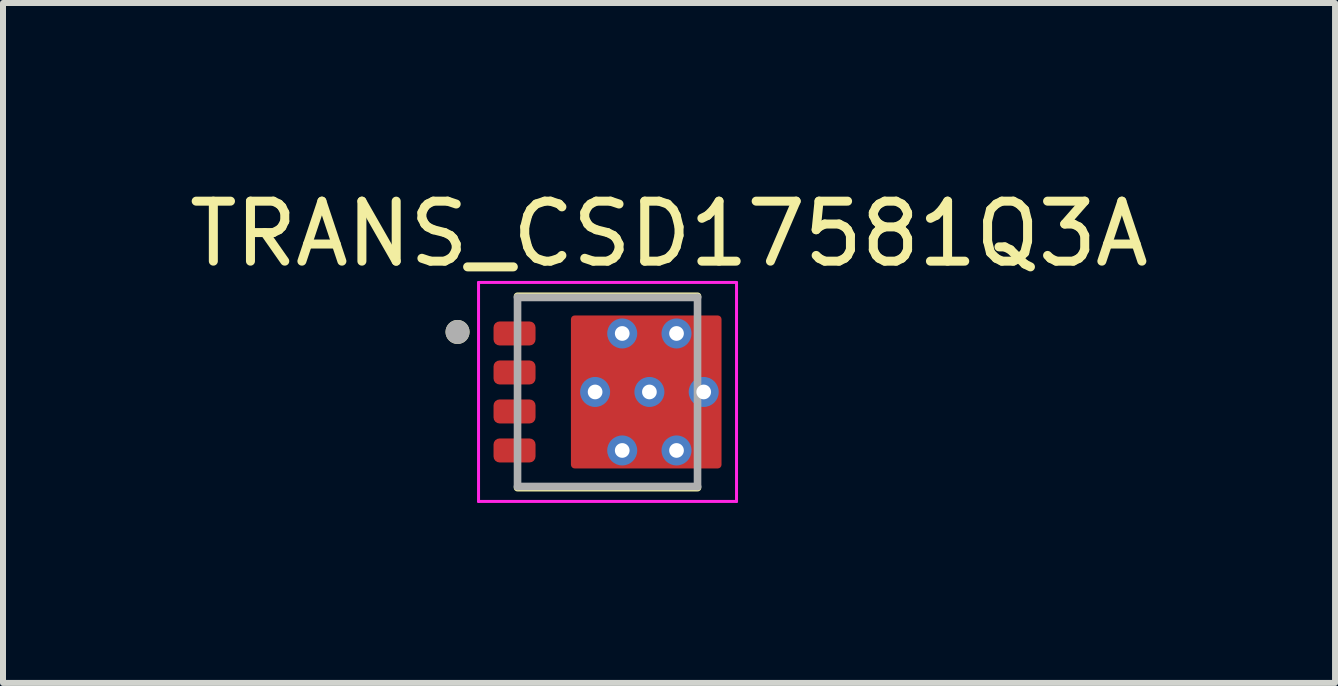
<source format=kicad_pcb>
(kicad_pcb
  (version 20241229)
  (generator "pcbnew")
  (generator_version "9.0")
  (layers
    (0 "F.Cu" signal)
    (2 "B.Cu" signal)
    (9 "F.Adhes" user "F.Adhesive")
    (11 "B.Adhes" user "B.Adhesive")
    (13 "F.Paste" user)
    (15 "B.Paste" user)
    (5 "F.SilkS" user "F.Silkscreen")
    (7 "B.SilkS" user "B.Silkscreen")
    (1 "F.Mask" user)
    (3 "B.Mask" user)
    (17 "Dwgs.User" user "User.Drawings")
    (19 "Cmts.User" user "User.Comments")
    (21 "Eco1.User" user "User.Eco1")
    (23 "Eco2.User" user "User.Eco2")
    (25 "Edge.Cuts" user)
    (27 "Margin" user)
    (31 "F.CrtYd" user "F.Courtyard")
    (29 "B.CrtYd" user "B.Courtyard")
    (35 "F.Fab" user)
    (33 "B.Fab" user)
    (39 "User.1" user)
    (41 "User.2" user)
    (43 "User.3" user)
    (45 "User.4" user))
  (footprint "TRANS_CSD17581Q3A"
    (layer "F.Cu")
    (at 7.076 3.483)
    (property "Reference" "TRANS_CSD17581Q3A" (at 1.025 -2.635 0) (layer "F.SilkS") (effects (font (size 1 1) (thickness 0.15))))
    (attr through_hole)
    (fp_poly (pts (xy -1.8 -1.125) (xy -1.3 -1.125) (xy -1.297 -1.125) (xy -1.295 -1.125) (xy -1.292 -1.124) (xy -1.29 -1.124) (xy -1.287 -1.123) (xy -1.285 -1.123) (xy -1.282 -1.122) (xy -1.28 -1.121) (xy -1.277 -1.12) (xy -1.275 -1.118) (xy -1.273 -1.117) (xy -1.271 -1.115) (xy -1.269 -1.114) (xy -1.267 -1.112) (xy -1.265 -1.11) (xy -1.263 -1.108) (xy -1.261 -1.106) (xy -1.26 -1.104) (xy -1.258 -1.102) (xy -1.257 -1.1) (xy -1.255 -1.098) (xy -1.254 -1.095) (xy -1.253 -1.093) (xy -1.252 -1.09) (xy -1.252 -1.088) (xy -1.251 -1.085) (xy -1.251 -1.083) (xy -1.25 -1.08) (xy -1.25 -1.078) (xy -1.25 -1.075) (xy -1.25 -0.875) (xy -1.25 -0.872) (xy -1.25 -0.87) (xy -1.251 -0.867) (xy -1.251 -0.865) (xy -1.252 -0.862) (xy -1.252 -0.86) (xy -1.253 -0.857) (xy -1.254 -0.855) (xy -1.255 -0.852) (xy -1.257 -0.85) (xy -1.258 -0.848) (xy -1.26 -0.846) (xy -1.261 -0.844) (xy -1.263 -0.842) (xy -1.265 -0.84) (xy -1.267 -0.838) (xy -1.269 -0.836) (xy -1.271 -0.835) (xy -1.273 -0.833) (xy -1.275 -0.832) (xy -1.277 -0.83) (xy -1.28 -0.829) (xy -1.282 -0.828) (xy -1.285 -0.827) (xy -1.287 -0.827) (xy -1.29 -0.826) (xy -1.292 -0.826) (xy -1.295 -0.825) (xy -1.297 -0.825) (xy -1.3 -0.825) (xy -1.8 -0.825) (xy -1.803 -0.825) (xy -1.805 -0.825) (xy -1.808 -0.826) (xy -1.81 -0.826) (xy -1.813 -0.827) (xy -1.815 -0.827) (xy -1.818 -0.828) (xy -1.82 -0.829) (xy -1.823 -0.83) (xy -1.825 -0.832) (xy -1.827 -0.833) (xy -1.829 -0.835) (xy -1.831 -0.836) (xy -1.833 -0.838) (xy -1.835 -0.84) (xy -1.837 -0.842) (xy -1.839 -0.844) (xy -1.84 -0.846) (xy -1.842 -0.848) (xy -1.843 -0.85) (xy -1.845 -0.852) (xy -1.846 -0.855) (xy -1.847 -0.857) (xy -1.848 -0.86) (xy -1.848 -0.862) (xy -1.849 -0.865) (xy -1.849 -0.867) (xy -1.85 -0.87) (xy -1.85 -0.872) (xy -1.85 -0.875) (xy -1.85 -1.075) (xy -1.85 -1.078) (xy -1.85 -1.08) (xy -1.849 -1.083) (xy -1.849 -1.085) (xy -1.848 -1.088) (xy -1.848 -1.09) (xy -1.847 -1.093) (xy -1.846 -1.095) (xy -1.845 -1.098) (xy -1.843 -1.1) (xy -1.842 -1.102) (xy -1.84 -1.104) (xy -1.839 -1.106) (xy -1.837 -1.108) (xy -1.835 -1.11) (xy -1.833 -1.112) (xy -1.831 -1.114) (xy -1.829 -1.115) (xy -1.827 -1.117) (xy -1.825 -1.118) (xy -1.823 -1.12) (xy -1.82 -1.121) (xy -1.818 -1.122) (xy -1.815 -1.123) (xy -1.813 -1.123) (xy -1.81 -1.124) (xy -1.808 -1.124) (xy -1.805 -1.125) (xy -1.803 -1.125) (xy -1.8 -1.125)) (stroke (width 0.01) (type solid)) (fill yes) (layer "F.Mask"))
    (fp_poly (pts (xy -1.8 -0.475) (xy -1.3 -0.475) (xy -1.297 -0.475) (xy -1.295 -0.475) (xy -1.292 -0.474) (xy -1.29 -0.474) (xy -1.287 -0.473) (xy -1.285 -0.473) (xy -1.282 -0.472) (xy -1.28 -0.471) (xy -1.277 -0.47) (xy -1.275 -0.468) (xy -1.273 -0.467) (xy -1.271 -0.465) (xy -1.269 -0.464) (xy -1.267 -0.462) (xy -1.265 -0.46) (xy -1.263 -0.458) (xy -1.261 -0.456) (xy -1.26 -0.454) (xy -1.258 -0.452) (xy -1.257 -0.45) (xy -1.255 -0.448) (xy -1.254 -0.445) (xy -1.253 -0.443) (xy -1.252 -0.44) (xy -1.252 -0.438) (xy -1.251 -0.435) (xy -1.251 -0.433) (xy -1.25 -0.43) (xy -1.25 -0.428) (xy -1.25 -0.425) (xy -1.25 -0.225) (xy -1.25 -0.222) (xy -1.25 -0.22) (xy -1.251 -0.217) (xy -1.251 -0.215) (xy -1.252 -0.212) (xy -1.252 -0.21) (xy -1.253 -0.207) (xy -1.254 -0.205) (xy -1.255 -0.202) (xy -1.257 -0.2) (xy -1.258 -0.198) (xy -1.26 -0.196) (xy -1.261 -0.194) (xy -1.263 -0.192) (xy -1.265 -0.19) (xy -1.267 -0.188) (xy -1.269 -0.186) (xy -1.271 -0.185) (xy -1.273 -0.183) (xy -1.275 -0.182) (xy -1.277 -0.18) (xy -1.28 -0.179) (xy -1.282 -0.178) (xy -1.285 -0.177) (xy -1.287 -0.177) (xy -1.29 -0.176) (xy -1.292 -0.176) (xy -1.295 -0.175) (xy -1.297 -0.175) (xy -1.3 -0.175) (xy -1.8 -0.175) (xy -1.803 -0.175) (xy -1.805 -0.175) (xy -1.808 -0.176) (xy -1.81 -0.176) (xy -1.813 -0.177) (xy -1.815 -0.177) (xy -1.818 -0.178) (xy -1.82 -0.179) (xy -1.823 -0.18) (xy -1.825 -0.182) (xy -1.827 -0.183) (xy -1.829 -0.185) (xy -1.831 -0.186) (xy -1.833 -0.188) (xy -1.835 -0.19) (xy -1.837 -0.192) (xy -1.839 -0.194) (xy -1.84 -0.196) (xy -1.842 -0.198) (xy -1.843 -0.2) (xy -1.845 -0.202) (xy -1.846 -0.205) (xy -1.847 -0.207) (xy -1.848 -0.21) (xy -1.848 -0.212) (xy -1.849 -0.215) (xy -1.849 -0.217) (xy -1.85 -0.22) (xy -1.85 -0.222) (xy -1.85 -0.225) (xy -1.85 -0.425) (xy -1.85 -0.428) (xy -1.85 -0.43) (xy -1.849 -0.433) (xy -1.849 -0.435) (xy -1.848 -0.438) (xy -1.848 -0.44) (xy -1.847 -0.443) (xy -1.846 -0.445) (xy -1.845 -0.448) (xy -1.843 -0.45) (xy -1.842 -0.452) (xy -1.84 -0.454) (xy -1.839 -0.456) (xy -1.837 -0.458) (xy -1.835 -0.46) (xy -1.833 -0.462) (xy -1.831 -0.464) (xy -1.829 -0.465) (xy -1.827 -0.467) (xy -1.825 -0.468) (xy -1.823 -0.47) (xy -1.82 -0.471) (xy -1.818 -0.472) (xy -1.815 -0.473) (xy -1.813 -0.473) (xy -1.81 -0.474) (xy -1.808 -0.474) (xy -1.805 -0.475) (xy -1.803 -0.475) (xy -1.8 -0.475)) (stroke (width 0.01) (type solid)) (fill yes) (layer "F.Mask"))
    (fp_poly (pts (xy -1.8 0.175) (xy -1.3 0.175) (xy -1.297 0.175) (xy -1.295 0.175) (xy -1.292 0.176) (xy -1.29 0.176) (xy -1.287 0.177) (xy -1.285 0.177) (xy -1.282 0.178) (xy -1.28 0.179) (xy -1.277 0.18) (xy -1.275 0.182) (xy -1.273 0.183) (xy -1.271 0.185) (xy -1.269 0.186) (xy -1.267 0.188) (xy -1.265 0.19) (xy -1.263 0.192) (xy -1.261 0.194) (xy -1.26 0.196) (xy -1.258 0.198) (xy -1.257 0.2) (xy -1.255 0.202) (xy -1.254 0.205) (xy -1.253 0.207) (xy -1.252 0.21) (xy -1.252 0.212) (xy -1.251 0.215) (xy -1.251 0.217) (xy -1.25 0.22) (xy -1.25 0.222) (xy -1.25 0.225) (xy -1.25 0.425) (xy -1.25 0.428) (xy -1.25 0.43) (xy -1.251 0.433) (xy -1.251 0.435) (xy -1.252 0.438) (xy -1.252 0.44) (xy -1.253 0.443) (xy -1.254 0.445) (xy -1.255 0.448) (xy -1.257 0.45) (xy -1.258 0.452) (xy -1.26 0.454) (xy -1.261 0.456) (xy -1.263 0.458) (xy -1.265 0.46) (xy -1.267 0.462) (xy -1.269 0.464) (xy -1.271 0.465) (xy -1.273 0.467) (xy -1.275 0.468) (xy -1.277 0.47) (xy -1.28 0.471) (xy -1.282 0.472) (xy -1.285 0.473) (xy -1.287 0.473) (xy -1.29 0.474) (xy -1.292 0.474) (xy -1.295 0.475) (xy -1.297 0.475) (xy -1.3 0.475) (xy -1.8 0.475) (xy -1.803 0.475) (xy -1.805 0.475) (xy -1.808 0.474) (xy -1.81 0.474) (xy -1.813 0.473) (xy -1.815 0.473) (xy -1.818 0.472) (xy -1.82 0.471) (xy -1.823 0.47) (xy -1.825 0.468) (xy -1.827 0.467) (xy -1.829 0.465) (xy -1.831 0.464) (xy -1.833 0.462) (xy -1.835 0.46) (xy -1.837 0.458) (xy -1.839 0.456) (xy -1.84 0.454) (xy -1.842 0.452) (xy -1.843 0.45) (xy -1.845 0.448) (xy -1.846 0.445) (xy -1.847 0.443) (xy -1.848 0.44) (xy -1.848 0.438) (xy -1.849 0.435) (xy -1.849 0.433) (xy -1.85 0.43) (xy -1.85 0.428) (xy -1.85 0.425) (xy -1.85 0.225) (xy -1.85 0.222) (xy -1.85 0.22) (xy -1.849 0.217) (xy -1.849 0.215) (xy -1.848 0.212) (xy -1.848 0.21) (xy -1.847 0.207) (xy -1.846 0.205) (xy -1.845 0.202) (xy -1.843 0.2) (xy -1.842 0.198) (xy -1.84 0.196) (xy -1.839 0.194) (xy -1.837 0.192) (xy -1.835 0.19) (xy -1.833 0.188) (xy -1.831 0.186) (xy -1.829 0.185) (xy -1.827 0.183) (xy -1.825 0.182) (xy -1.823 0.18) (xy -1.82 0.179) (xy -1.818 0.178) (xy -1.815 0.177) (xy -1.813 0.177) (xy -1.81 0.176) (xy -1.808 0.176) (xy -1.805 0.175) (xy -1.803 0.175) (xy -1.8 0.175)) (stroke (width 0.01) (type solid)) (fill yes) (layer "F.Mask"))
    (fp_poly (pts (xy -1.8 0.825) (xy -1.3 0.825) (xy -1.297 0.825) (xy -1.295 0.825) (xy -1.292 0.826) (xy -1.29 0.826) (xy -1.287 0.827) (xy -1.285 0.827) (xy -1.282 0.828) (xy -1.28 0.829) (xy -1.277 0.83) (xy -1.275 0.832) (xy -1.273 0.833) (xy -1.271 0.835) (xy -1.269 0.836) (xy -1.267 0.838) (xy -1.265 0.84) (xy -1.263 0.842) (xy -1.261 0.844) (xy -1.26 0.846) (xy -1.258 0.848) (xy -1.257 0.85) (xy -1.255 0.852) (xy -1.254 0.855) (xy -1.253 0.857) (xy -1.252 0.86) (xy -1.252 0.862) (xy -1.251 0.865) (xy -1.251 0.867) (xy -1.25 0.87) (xy -1.25 0.872) (xy -1.25 0.875) (xy -1.25 1.075) (xy -1.25 1.078) (xy -1.25 1.08) (xy -1.251 1.083) (xy -1.251 1.085) (xy -1.252 1.088) (xy -1.252 1.09) (xy -1.253 1.093) (xy -1.254 1.095) (xy -1.255 1.098) (xy -1.257 1.1) (xy -1.258 1.102) (xy -1.26 1.104) (xy -1.261 1.106) (xy -1.263 1.108) (xy -1.265 1.11) (xy -1.267 1.112) (xy -1.269 1.114) (xy -1.271 1.115) (xy -1.273 1.117) (xy -1.275 1.118) (xy -1.277 1.12) (xy -1.28 1.121) (xy -1.282 1.122) (xy -1.285 1.123) (xy -1.287 1.123) (xy -1.29 1.124) (xy -1.292 1.124) (xy -1.295 1.125) (xy -1.297 1.125) (xy -1.3 1.125) (xy -1.8 1.125) (xy -1.803 1.125) (xy -1.805 1.125) (xy -1.808 1.124) (xy -1.81 1.124) (xy -1.813 1.123) (xy -1.815 1.123) (xy -1.818 1.122) (xy -1.82 1.121) (xy -1.823 1.12) (xy -1.825 1.118) (xy -1.827 1.117) (xy -1.829 1.115) (xy -1.831 1.114) (xy -1.833 1.112) (xy -1.835 1.11) (xy -1.837 1.108) (xy -1.839 1.106) (xy -1.84 1.104) (xy -1.842 1.102) (xy -1.843 1.1) (xy -1.845 1.098) (xy -1.846 1.095) (xy -1.847 1.093) (xy -1.848 1.09) (xy -1.848 1.088) (xy -1.849 1.085) (xy -1.849 1.083) (xy -1.85 1.08) (xy -1.85 1.078) (xy -1.85 1.075) (xy -1.85 0.875) (xy -1.85 0.872) (xy -1.85 0.87) (xy -1.849 0.867) (xy -1.849 0.865) (xy -1.848 0.862) (xy -1.848 0.86) (xy -1.847 0.857) (xy -1.846 0.855) (xy -1.845 0.852) (xy -1.843 0.85) (xy -1.842 0.848) (xy -1.84 0.846) (xy -1.839 0.844) (xy -1.837 0.842) (xy -1.835 0.84) (xy -1.833 0.838) (xy -1.831 0.836) (xy -1.829 0.835) (xy -1.827 0.833) (xy -1.825 0.832) (xy -1.823 0.83) (xy -1.82 0.829) (xy -1.818 0.828) (xy -1.815 0.827) (xy -1.813 0.827) (xy -1.81 0.826) (xy -1.808 0.826) (xy -1.805 0.825) (xy -1.803 0.825) (xy -1.8 0.825)) (stroke (width 0.01) (type solid)) (fill yes) (layer "F.Mask"))
    (fp_poly (pts (xy 1.215 1.125) (xy 1.215 1.175) (xy 1.215 1.178) (xy 1.215 1.18) (xy 1.214 1.183) (xy 1.214 1.185) (xy 1.213 1.188) (xy 1.213 1.19) (xy 1.212 1.193) (xy 1.211 1.195) (xy 1.21 1.198) (xy 1.208 1.2) (xy 1.207 1.202) (xy 1.205 1.204) (xy 1.204 1.206) (xy 1.202 1.208) (xy 1.2 1.21) (xy 1.198 1.212) (xy 1.196 1.214) (xy 1.194 1.215) (xy 1.192 1.217) (xy 1.19 1.218) (xy 1.188 1.22) (xy 1.185 1.221) (xy 1.183 1.222) (xy 1.18 1.223) (xy 1.178 1.223) (xy 1.175 1.224) (xy 1.173 1.224) (xy 1.17 1.225) (xy 1.168 1.225) (xy 1.165 1.225) (xy -0.51 1.225) (xy -0.513 1.225) (xy -0.515 1.225) (xy -0.518 1.224) (xy -0.52 1.224) (xy -0.523 1.223) (xy -0.525 1.223) (xy -0.528 1.222) (xy -0.53 1.221) (xy -0.533 1.22) (xy -0.535 1.218) (xy -0.537 1.217) (xy -0.539 1.215) (xy -0.541 1.214) (xy -0.543 1.212) (xy -0.545 1.21) (xy -0.547 1.208) (xy -0.549 1.206) (xy -0.55 1.204) (xy -0.552 1.202) (xy -0.553 1.2) (xy -0.555 1.198) (xy -0.556 1.195) (xy -0.557 1.193) (xy -0.558 1.19) (xy -0.558 1.188) (xy -0.559 1.185) (xy -0.559 1.183) (xy -0.56 1.18) (xy -0.56 1.178) (xy -0.56 1.175) (xy -0.56 -1.175) (xy -0.56 -1.178) (xy -0.56 -1.18) (xy -0.559 -1.183) (xy -0.559 -1.185) (xy -0.558 -1.188) (xy -0.558 -1.19) (xy -0.557 -1.193) (xy -0.556 -1.195) (xy -0.555 -1.198) (xy -0.553 -1.2) (xy -0.552 -1.202) (xy -0.55 -1.204) (xy -0.549 -1.206) (xy -0.547 -1.208) (xy -0.545 -1.21) (xy -0.543 -1.212) (xy -0.541 -1.214) (xy -0.539 -1.215) (xy -0.537 -1.217) (xy -0.535 -1.218) (xy -0.533 -1.22) (xy -0.53 -1.221) (xy -0.528 -1.222) (xy -0.525 -1.223) (xy -0.523 -1.223) (xy -0.52 -1.224) (xy -0.518 -1.224) (xy -0.515 -1.225) (xy -0.513 -1.225) (xy -0.51 -1.225) (xy 1.165 -1.225) (xy 1.168 -1.225) (xy 1.17 -1.225) (xy 1.173 -1.224) (xy 1.175 -1.224) (xy 1.178 -1.223) (xy 1.18 -1.223) (xy 1.183 -1.222) (xy 1.185 -1.221) (xy 1.188 -1.22) (xy 1.19 -1.218) (xy 1.192 -1.217) (xy 1.194 -1.215) (xy 1.196 -1.214) (xy 1.198 -1.212) (xy 1.2 -1.21) (xy 1.202 -1.208) (xy 1.204 -1.206) (xy 1.205 -1.204) (xy 1.207 -1.202) (xy 1.208 -1.2) (xy 1.21 -1.198) (xy 1.211 -1.195) (xy 1.212 -1.193) (xy 1.213 -1.19) (xy 1.213 -1.188) (xy 1.214 -1.185) (xy 1.214 -1.183) (xy 1.215 -1.18) (xy 1.215 -1.178) (xy 1.215 -1.175) (xy 1.215 -1.125) (xy 1.8 -1.125) (xy 1.803 -1.125) (xy 1.805 -1.125) (xy 1.808 -1.124) (xy 1.81 -1.124) (xy 1.813 -1.123) (xy 1.815 -1.123) (xy 1.818 -1.122) (xy 1.82 -1.121) (xy 1.823 -1.12) (xy 1.825 -1.118) (xy 1.827 -1.117) (xy 1.829 -1.115) (xy 1.831 -1.114) (xy 1.833 -1.112) (xy 1.835 -1.11) (xy 1.837 -1.108) (xy 1.839 -1.106) (xy 1.84 -1.104) (xy 1.842 -1.102) (xy 1.843 -1.1) (xy 1.845 -1.098) (xy 1.846 -1.095) (xy 1.847 -1.093) (xy 1.848 -1.09) (xy 1.848 -1.088) (xy 1.849 -1.085) (xy 1.849 -1.083) (xy 1.85 -1.08) (xy 1.85 -1.078) (xy 1.85 -1.075) (xy 1.85 -0.875) (xy 1.85 -0.872) (xy 1.85 -0.87) (xy 1.849 -0.867) (xy 1.849 -0.865) (xy 1.848 -0.862) (xy 1.848 -0.86) (xy 1.847 -0.857) (xy 1.846 -0.855) (xy 1.845 -0.852) (xy 1.843 -0.85) (xy 1.842 -0.848) (xy 1.84 -0.846) (xy 1.839 -0.844) (xy 1.837 -0.842) (xy 1.835 -0.84) (xy 1.833 -0.838) (xy 1.831 -0.836) (xy 1.829 -0.835) (xy 1.827 -0.833) (xy 1.825 -0.832) (xy 1.823 -0.83) (xy 1.82 -0.829) (xy 1.818 -0.828) (xy 1.815 -0.827) (xy 1.813 -0.827) (xy 1.81 -0.826) (xy 1.808 -0.826) (xy 1.805 -0.825) (xy 1.803 -0.825) (xy 1.8 -0.825) (xy 1.215 -0.825) (xy 1.215 -0.475) (xy 1.8 -0.475) (xy 1.803 -0.475) (xy 1.805 -0.475) (xy 1.808 -0.474) (xy 1.81 -0.474) (xy 1.813 -0.473) (xy 1.815 -0.473) (xy 1.818 -0.472) (xy 1.82 -0.471) (xy 1.823 -0.47) (xy 1.825 -0.468) (xy 1.827 -0.467) (xy 1.829 -0.465) (xy 1.831 -0.464) (xy 1.833 -0.462) (xy 1.835 -0.46) (xy 1.837 -0.458) (xy 1.839 -0.456) (xy 1.84 -0.454) (xy 1.842 -0.452) (xy 1.843 -0.45) (xy 1.845 -0.448) (xy 1.846 -0.445) (xy 1.847 -0.443) (xy 1.848 -0.44) (xy 1.848 -0.438) (xy 1.849 -0.435) (xy 1.849 -0.433) (xy 1.85 -0.43) (xy 1.85 -0.428) (xy 1.85 -0.425) (xy 1.85 -0.225) (xy 1.85 -0.222) (xy 1.85 -0.22) (xy 1.849 -0.217) (xy 1.849 -0.215) (xy 1.848 -0.212) (xy 1.848 -0.21) (xy 1.847 -0.207) (xy 1.846 -0.205) (xy 1.845 -0.202) (xy 1.843 -0.2) (xy 1.842 -0.198) (xy 1.84 -0.196) (xy 1.839 -0.194) (xy 1.837 -0.192) (xy 1.835 -0.19) (xy 1.833 -0.188) (xy 1.831 -0.186) (xy 1.829 -0.185) (xy 1.827 -0.183) (xy 1.825 -0.182) (xy 1.823 -0.18) (xy 1.82 -0.179) (xy 1.818 -0.178) (xy 1.815 -0.177) (xy 1.813 -0.177) (xy 1.81 -0.176) (xy 1.808 -0.176) (xy 1.805 -0.175) (xy 1.803 -0.175) (xy 1.8 -0.175) (xy 1.215 -0.175) (xy 1.215 0.175) (xy 1.8 0.175) (xy 1.803 0.175) (xy 1.805 0.175) (xy 1.808 0.176) (xy 1.81 0.176) (xy 1.813 0.177) (xy 1.815 0.177) (xy 1.818 0.178) (xy 1.82 0.179) (xy 1.823 0.18) (xy 1.825 0.182) (xy 1.827 0.183) (xy 1.829 0.185) (xy 1.831 0.186) (xy 1.833 0.188) (xy 1.835 0.19) (xy 1.837 0.192) (xy 1.839 0.194) (xy 1.84 0.196) (xy 1.842 0.198) (xy 1.843 0.2) (xy 1.845 0.202) (xy 1.846 0.205) (xy 1.847 0.207) (xy 1.848 0.21) (xy 1.848 0.212) (xy 1.849 0.215) (xy 1.849 0.217) (xy 1.85 0.22) (xy 1.85 0.222) (xy 1.85 0.225) (xy 1.85 0.425) (xy 1.85 0.428) (xy 1.85 0.43) (xy 1.849 0.433) (xy 1.849 0.435) (xy 1.848 0.438) (xy 1.848 0.44) (xy 1.847 0.443) (xy 1.846 0.445) (xy 1.845 0.448) (xy 1.843 0.45) (xy 1.842 0.452) (xy 1.84 0.454) (xy 1.839 0.456) (xy 1.837 0.458) (xy 1.835 0.46) (xy 1.833 0.462) (xy 1.831 0.464) (xy 1.829 0.465) (xy 1.827 0.467) (xy 1.825 0.468) (xy 1.823 0.47) (xy 1.82 0.471) (xy 1.818 0.472) (xy 1.815 0.473) (xy 1.813 0.473) (xy 1.81 0.474) (xy 1.808 0.474) (xy 1.805 0.475) (xy 1.803 0.475) (xy 1.8 0.475) (xy 1.215 0.475) (xy 1.215 0.825) (xy 1.8 0.825) (xy 1.803 0.825) (xy 1.805 0.825) (xy 1.808 0.826) (xy 1.81 0.826) (xy 1.813 0.827) (xy 1.815 0.827) (xy 1.818 0.828) (xy 1.82 0.829) (xy 1.823 0.83) (xy 1.825 0.832) (xy 1.827 0.833) (xy 1.829 0.835) (xy 1.831 0.836) (xy 1.833 0.838) (xy 1.835 0.84) (xy 1.837 0.842) (xy 1.839 0.844) (xy 1.84 0.846) (xy 1.842 0.848) (xy 1.843 0.85) (xy 1.845 0.852) (xy 1.846 0.855) (xy 1.847 0.857) (xy 1.848 0.86) (xy 1.848 0.862) (xy 1.849 0.865) (xy 1.849 0.867) (xy 1.85 0.87) (xy 1.85 0.872) (xy 1.85 0.875) (xy 1.85 1.075) (xy 1.85 1.078) (xy 1.85 1.08) (xy 1.849 1.083) (xy 1.849 1.085) (xy 1.848 1.088) (xy 1.848 1.09) (xy 1.847 1.093) (xy 1.846 1.095) (xy 1.845 1.098) (xy 1.843 1.1) (xy 1.842 1.102) (xy 1.84 1.104) (xy 1.839 1.106) (xy 1.837 1.108) (xy 1.835 1.11) (xy 1.833 1.112) (xy 1.831 1.114) (xy 1.829 1.115) (xy 1.827 1.117) (xy 1.825 1.118) (xy 1.823 1.12) (xy 1.82 1.121) (xy 1.818 1.122) (xy 1.815 1.123) (xy 1.813 1.123) (xy 1.81 1.124) (xy 1.808 1.124) (xy 1.805 1.125) (xy 1.803 1.125) (xy 1.8 1.125) (xy 1.215 1.125)) (stroke (width 0.01) (type solid)) (fill yes) (layer "F.Mask"))
    (fp_line (start -1.5 -1.595) (end 1.5 -1.595) (stroke (width 0.127) (type solid)) (layer "F.SilkS"))
    (fp_line (start 1.5 1.595) (end -1.5 1.595) (stroke (width 0.127) (type solid)) (layer "F.SilkS"))
    (fp_circle (center -2.5 -1) (end -2.4 -1) (stroke (width 0.2) (type solid)) (fill no) (layer "F.SilkS"))
    (fp_poly (pts (xy -1.8 -1.125) (xy -1.3 -1.125) (xy -1.297 -1.125) (xy -1.295 -1.125) (xy -1.292 -1.124) (xy -1.29 -1.124) (xy -1.287 -1.123) (xy -1.285 -1.123) (xy -1.282 -1.122) (xy -1.28 -1.121) (xy -1.277 -1.12) (xy -1.275 -1.118) (xy -1.273 -1.117) (xy -1.271 -1.115) (xy -1.269 -1.114) (xy -1.267 -1.112) (xy -1.265 -1.11) (xy -1.263 -1.108) (xy -1.261 -1.106) (xy -1.26 -1.104) (xy -1.258 -1.102) (xy -1.257 -1.1) (xy -1.255 -1.098) (xy -1.254 -1.095) (xy -1.253 -1.093) (xy -1.252 -1.09) (xy -1.252 -1.088) (xy -1.251 -1.085) (xy -1.251 -1.083) (xy -1.25 -1.08) (xy -1.25 -1.078) (xy -1.25 -1.075) (xy -1.25 -0.875) (xy -1.25 -0.872) (xy -1.25 -0.87) (xy -1.251 -0.867) (xy -1.251 -0.865) (xy -1.252 -0.862) (xy -1.252 -0.86) (xy -1.253 -0.857) (xy -1.254 -0.855) (xy -1.255 -0.852) (xy -1.257 -0.85) (xy -1.258 -0.848) (xy -1.26 -0.846) (xy -1.261 -0.844) (xy -1.263 -0.842) (xy -1.265 -0.84) (xy -1.267 -0.838) (xy -1.269 -0.836) (xy -1.271 -0.835) (xy -1.273 -0.833) (xy -1.275 -0.832) (xy -1.277 -0.83) (xy -1.28 -0.829) (xy -1.282 -0.828) (xy -1.285 -0.827) (xy -1.287 -0.827) (xy -1.29 -0.826) (xy -1.292 -0.826) (xy -1.295 -0.825) (xy -1.297 -0.825) (xy -1.3 -0.825) (xy -1.8 -0.825) (xy -1.803 -0.825) (xy -1.805 -0.825) (xy -1.808 -0.826) (xy -1.81 -0.826) (xy -1.813 -0.827) (xy -1.815 -0.827) (xy -1.818 -0.828) (xy -1.82 -0.829) (xy -1.823 -0.83) (xy -1.825 -0.832) (xy -1.827 -0.833) (xy -1.829 -0.835) (xy -1.831 -0.836) (xy -1.833 -0.838) (xy -1.835 -0.84) (xy -1.837 -0.842) (xy -1.839 -0.844) (xy -1.84 -0.846) (xy -1.842 -0.848) (xy -1.843 -0.85) (xy -1.845 -0.852) (xy -1.846 -0.855) (xy -1.847 -0.857) (xy -1.848 -0.86) (xy -1.848 -0.862) (xy -1.849 -0.865) (xy -1.849 -0.867) (xy -1.85 -0.87) (xy -1.85 -0.872) (xy -1.85 -0.875) (xy -1.85 -1.075) (xy -1.85 -1.078) (xy -1.85 -1.08) (xy -1.849 -1.083) (xy -1.849 -1.085) (xy -1.848 -1.088) (xy -1.848 -1.09) (xy -1.847 -1.093) (xy -1.846 -1.095) (xy -1.845 -1.098) (xy -1.843 -1.1) (xy -1.842 -1.102) (xy -1.84 -1.104) (xy -1.839 -1.106) (xy -1.837 -1.108) (xy -1.835 -1.11) (xy -1.833 -1.112) (xy -1.831 -1.114) (xy -1.829 -1.115) (xy -1.827 -1.117) (xy -1.825 -1.118) (xy -1.823 -1.12) (xy -1.82 -1.121) (xy -1.818 -1.122) (xy -1.815 -1.123) (xy -1.813 -1.123) (xy -1.81 -1.124) (xy -1.808 -1.124) (xy -1.805 -1.125) (xy -1.803 -1.125) (xy -1.8 -1.125)) (stroke (width 0.01) (type solid)) (fill yes) (layer "F.Paste"))
    (fp_poly (pts (xy -1.8 -0.475) (xy -1.3 -0.475) (xy -1.297 -0.475) (xy -1.295 -0.475) (xy -1.292 -0.474) (xy -1.29 -0.474) (xy -1.287 -0.473) (xy -1.285 -0.473) (xy -1.282 -0.472) (xy -1.28 -0.471) (xy -1.277 -0.47) (xy -1.275 -0.468) (xy -1.273 -0.467) (xy -1.271 -0.465) (xy -1.269 -0.464) (xy -1.267 -0.462) (xy -1.265 -0.46) (xy -1.263 -0.458) (xy -1.261 -0.456) (xy -1.26 -0.454) (xy -1.258 -0.452) (xy -1.257 -0.45) (xy -1.255 -0.448) (xy -1.254 -0.445) (xy -1.253 -0.443) (xy -1.252 -0.44) (xy -1.252 -0.438) (xy -1.251 -0.435) (xy -1.251 -0.433) (xy -1.25 -0.43) (xy -1.25 -0.428) (xy -1.25 -0.425) (xy -1.25 -0.225) (xy -1.25 -0.222) (xy -1.25 -0.22) (xy -1.251 -0.217) (xy -1.251 -0.215) (xy -1.252 -0.212) (xy -1.252 -0.21) (xy -1.253 -0.207) (xy -1.254 -0.205) (xy -1.255 -0.202) (xy -1.257 -0.2) (xy -1.258 -0.198) (xy -1.26 -0.196) (xy -1.261 -0.194) (xy -1.263 -0.192) (xy -1.265 -0.19) (xy -1.267 -0.188) (xy -1.269 -0.186) (xy -1.271 -0.185) (xy -1.273 -0.183) (xy -1.275 -0.182) (xy -1.277 -0.18) (xy -1.28 -0.179) (xy -1.282 -0.178) (xy -1.285 -0.177) (xy -1.287 -0.177) (xy -1.29 -0.176) (xy -1.292 -0.176) (xy -1.295 -0.175) (xy -1.297 -0.175) (xy -1.3 -0.175) (xy -1.8 -0.175) (xy -1.803 -0.175) (xy -1.805 -0.175) (xy -1.808 -0.176) (xy -1.81 -0.176) (xy -1.813 -0.177) (xy -1.815 -0.177) (xy -1.818 -0.178) (xy -1.82 -0.179) (xy -1.823 -0.18) (xy -1.825 -0.182) (xy -1.827 -0.183) (xy -1.829 -0.185) (xy -1.831 -0.186) (xy -1.833 -0.188) (xy -1.835 -0.19) (xy -1.837 -0.192) (xy -1.839 -0.194) (xy -1.84 -0.196) (xy -1.842 -0.198) (xy -1.843 -0.2) (xy -1.845 -0.202) (xy -1.846 -0.205) (xy -1.847 -0.207) (xy -1.848 -0.21) (xy -1.848 -0.212) (xy -1.849 -0.215) (xy -1.849 -0.217) (xy -1.85 -0.22) (xy -1.85 -0.222) (xy -1.85 -0.225) (xy -1.85 -0.425) (xy -1.85 -0.428) (xy -1.85 -0.43) (xy -1.849 -0.433) (xy -1.849 -0.435) (xy -1.848 -0.438) (xy -1.848 -0.44) (xy -1.847 -0.443) (xy -1.846 -0.445) (xy -1.845 -0.448) (xy -1.843 -0.45) (xy -1.842 -0.452) (xy -1.84 -0.454) (xy -1.839 -0.456) (xy -1.837 -0.458) (xy -1.835 -0.46) (xy -1.833 -0.462) (xy -1.831 -0.464) (xy -1.829 -0.465) (xy -1.827 -0.467) (xy -1.825 -0.468) (xy -1.823 -0.47) (xy -1.82 -0.471) (xy -1.818 -0.472) (xy -1.815 -0.473) (xy -1.813 -0.473) (xy -1.81 -0.474) (xy -1.808 -0.474) (xy -1.805 -0.475) (xy -1.803 -0.475) (xy -1.8 -0.475)) (stroke (width 0.01) (type solid)) (fill yes) (layer "F.Paste"))
    (fp_poly (pts (xy -1.8 0.175) (xy -1.3 0.175) (xy -1.297 0.175) (xy -1.295 0.175) (xy -1.292 0.176) (xy -1.29 0.176) (xy -1.287 0.177) (xy -1.285 0.177) (xy -1.282 0.178) (xy -1.28 0.179) (xy -1.277 0.18) (xy -1.275 0.182) (xy -1.273 0.183) (xy -1.271 0.185) (xy -1.269 0.186) (xy -1.267 0.188) (xy -1.265 0.19) (xy -1.263 0.192) (xy -1.261 0.194) (xy -1.26 0.196) (xy -1.258 0.198) (xy -1.257 0.2) (xy -1.255 0.202) (xy -1.254 0.205) (xy -1.253 0.207) (xy -1.252 0.21) (xy -1.252 0.212) (xy -1.251 0.215) (xy -1.251 0.217) (xy -1.25 0.22) (xy -1.25 0.222) (xy -1.25 0.225) (xy -1.25 0.425) (xy -1.25 0.428) (xy -1.25 0.43) (xy -1.251 0.433) (xy -1.251 0.435) (xy -1.252 0.438) (xy -1.252 0.44) (xy -1.253 0.443) (xy -1.254 0.445) (xy -1.255 0.448) (xy -1.257 0.45) (xy -1.258 0.452) (xy -1.26 0.454) (xy -1.261 0.456) (xy -1.263 0.458) (xy -1.265 0.46) (xy -1.267 0.462) (xy -1.269 0.464) (xy -1.271 0.465) (xy -1.273 0.467) (xy -1.275 0.468) (xy -1.277 0.47) (xy -1.28 0.471) (xy -1.282 0.472) (xy -1.285 0.473) (xy -1.287 0.473) (xy -1.29 0.474) (xy -1.292 0.474) (xy -1.295 0.475) (xy -1.297 0.475) (xy -1.3 0.475) (xy -1.8 0.475) (xy -1.803 0.475) (xy -1.805 0.475) (xy -1.808 0.474) (xy -1.81 0.474) (xy -1.813 0.473) (xy -1.815 0.473) (xy -1.818 0.472) (xy -1.82 0.471) (xy -1.823 0.47) (xy -1.825 0.468) (xy -1.827 0.467) (xy -1.829 0.465) (xy -1.831 0.464) (xy -1.833 0.462) (xy -1.835 0.46) (xy -1.837 0.458) (xy -1.839 0.456) (xy -1.84 0.454) (xy -1.842 0.452) (xy -1.843 0.45) (xy -1.845 0.448) (xy -1.846 0.445) (xy -1.847 0.443) (xy -1.848 0.44) (xy -1.848 0.438) (xy -1.849 0.435) (xy -1.849 0.433) (xy -1.85 0.43) (xy -1.85 0.428) (xy -1.85 0.425) (xy -1.85 0.225) (xy -1.85 0.222) (xy -1.85 0.22) (xy -1.849 0.217) (xy -1.849 0.215) (xy -1.848 0.212) (xy -1.848 0.21) (xy -1.847 0.207) (xy -1.846 0.205) (xy -1.845 0.202) (xy -1.843 0.2) (xy -1.842 0.198) (xy -1.84 0.196) (xy -1.839 0.194) (xy -1.837 0.192) (xy -1.835 0.19) (xy -1.833 0.188) (xy -1.831 0.186) (xy -1.829 0.185) (xy -1.827 0.183) (xy -1.825 0.182) (xy -1.823 0.18) (xy -1.82 0.179) (xy -1.818 0.178) (xy -1.815 0.177) (xy -1.813 0.177) (xy -1.81 0.176) (xy -1.808 0.176) (xy -1.805 0.175) (xy -1.803 0.175) (xy -1.8 0.175)) (stroke (width 0.01) (type solid)) (fill yes) (layer "F.Paste"))
    (fp_poly (pts (xy -1.8 0.825) (xy -1.3 0.825) (xy -1.297 0.825) (xy -1.295 0.825) (xy -1.292 0.826) (xy -1.29 0.826) (xy -1.287 0.827) (xy -1.285 0.827) (xy -1.282 0.828) (xy -1.28 0.829) (xy -1.277 0.83) (xy -1.275 0.832) (xy -1.273 0.833) (xy -1.271 0.835) (xy -1.269 0.836) (xy -1.267 0.838) (xy -1.265 0.84) (xy -1.263 0.842) (xy -1.261 0.844) (xy -1.26 0.846) (xy -1.258 0.848) (xy -1.257 0.85) (xy -1.255 0.852) (xy -1.254 0.855) (xy -1.253 0.857) (xy -1.252 0.86) (xy -1.252 0.862) (xy -1.251 0.865) (xy -1.251 0.867) (xy -1.25 0.87) (xy -1.25 0.872) (xy -1.25 0.875) (xy -1.25 1.075) (xy -1.25 1.078) (xy -1.25 1.08) (xy -1.251 1.083) (xy -1.251 1.085) (xy -1.252 1.088) (xy -1.252 1.09) (xy -1.253 1.093) (xy -1.254 1.095) (xy -1.255 1.098) (xy -1.257 1.1) (xy -1.258 1.102) (xy -1.26 1.104) (xy -1.261 1.106) (xy -1.263 1.108) (xy -1.265 1.11) (xy -1.267 1.112) (xy -1.269 1.114) (xy -1.271 1.115) (xy -1.273 1.117) (xy -1.275 1.118) (xy -1.277 1.12) (xy -1.28 1.121) (xy -1.282 1.122) (xy -1.285 1.123) (xy -1.287 1.123) (xy -1.29 1.124) (xy -1.292 1.124) (xy -1.295 1.125) (xy -1.297 1.125) (xy -1.3 1.125) (xy -1.8 1.125) (xy -1.803 1.125) (xy -1.805 1.125) (xy -1.808 1.124) (xy -1.81 1.124) (xy -1.813 1.123) (xy -1.815 1.123) (xy -1.818 1.122) (xy -1.82 1.121) (xy -1.823 1.12) (xy -1.825 1.118) (xy -1.827 1.117) (xy -1.829 1.115) (xy -1.831 1.114) (xy -1.833 1.112) (xy -1.835 1.11) (xy -1.837 1.108) (xy -1.839 1.106) (xy -1.84 1.104) (xy -1.842 1.102) (xy -1.843 1.1) (xy -1.845 1.098) (xy -1.846 1.095) (xy -1.847 1.093) (xy -1.848 1.09) (xy -1.848 1.088) (xy -1.849 1.085) (xy -1.849 1.083) (xy -1.85 1.08) (xy -1.85 1.078) (xy -1.85 1.075) (xy -1.85 0.875) (xy -1.85 0.872) (xy -1.85 0.87) (xy -1.849 0.867) (xy -1.849 0.865) (xy -1.848 0.862) (xy -1.848 0.86) (xy -1.847 0.857) (xy -1.846 0.855) (xy -1.845 0.852) (xy -1.843 0.85) (xy -1.842 0.848) (xy -1.84 0.846) (xy -1.839 0.844) (xy -1.837 0.842) (xy -1.835 0.84) (xy -1.833 0.838) (xy -1.831 0.836) (xy -1.829 0.835) (xy -1.827 0.833) (xy -1.825 0.832) (xy -1.823 0.83) (xy -1.82 0.829) (xy -1.818 0.828) (xy -1.815 0.827) (xy -1.813 0.827) (xy -1.81 0.826) (xy -1.808 0.826) (xy -1.805 0.825) (xy -1.803 0.825) (xy -1.8 0.825)) (stroke (width 0.01) (type solid)) (fill yes) (layer "F.Paste"))
    (fp_poly (pts (xy 1.3 -1.125) (xy 1.8 -1.125) (xy 1.803 -1.125) (xy 1.805 -1.125) (xy 1.808 -1.124) (xy 1.81 -1.124) (xy 1.813 -1.123) (xy 1.815 -1.123) (xy 1.818 -1.122) (xy 1.82 -1.121) (xy 1.823 -1.12) (xy 1.825 -1.118) (xy 1.827 -1.117) (xy 1.829 -1.115) (xy 1.831 -1.114) (xy 1.833 -1.112) (xy 1.835 -1.11) (xy 1.837 -1.108) (xy 1.839 -1.106) (xy 1.84 -1.104) (xy 1.842 -1.102) (xy 1.843 -1.1) (xy 1.845 -1.098) (xy 1.846 -1.095) (xy 1.847 -1.093) (xy 1.848 -1.09) (xy 1.848 -1.088) (xy 1.849 -1.085) (xy 1.849 -1.083) (xy 1.85 -1.08) (xy 1.85 -1.078) (xy 1.85 -1.075) (xy 1.85 -0.875) (xy 1.85 -0.872) (xy 1.85 -0.87) (xy 1.849 -0.867) (xy 1.849 -0.865) (xy 1.848 -0.862) (xy 1.848 -0.86) (xy 1.847 -0.857) (xy 1.846 -0.855) (xy 1.845 -0.852) (xy 1.843 -0.85) (xy 1.842 -0.848) (xy 1.84 -0.846) (xy 1.839 -0.844) (xy 1.837 -0.842) (xy 1.835 -0.84) (xy 1.833 -0.838) (xy 1.831 -0.836) (xy 1.829 -0.835) (xy 1.827 -0.833) (xy 1.825 -0.832) (xy 1.823 -0.83) (xy 1.82 -0.829) (xy 1.818 -0.828) (xy 1.815 -0.827) (xy 1.813 -0.827) (xy 1.81 -0.826) (xy 1.808 -0.826) (xy 1.805 -0.825) (xy 1.803 -0.825) (xy 1.8 -0.825) (xy 1.3 -0.825) (xy 1.297 -0.825) (xy 1.295 -0.825) (xy 1.292 -0.826) (xy 1.29 -0.826) (xy 1.287 -0.827) (xy 1.285 -0.827) (xy 1.282 -0.828) (xy 1.28 -0.829) (xy 1.277 -0.83) (xy 1.275 -0.832) (xy 1.273 -0.833) (xy 1.271 -0.835) (xy 1.269 -0.836) (xy 1.267 -0.838) (xy 1.265 -0.84) (xy 1.263 -0.842) (xy 1.261 -0.844) (xy 1.26 -0.846) (xy 1.258 -0.848) (xy 1.257 -0.85) (xy 1.255 -0.852) (xy 1.254 -0.855) (xy 1.253 -0.857) (xy 1.252 -0.86) (xy 1.252 -0.862) (xy 1.251 -0.865) (xy 1.251 -0.867) (xy 1.25 -0.87) (xy 1.25 -0.872) (xy 1.25 -0.875) (xy 1.25 -1.075) (xy 1.25 -1.078) (xy 1.25 -1.08) (xy 1.251 -1.083) (xy 1.251 -1.085) (xy 1.252 -1.088) (xy 1.252 -1.09) (xy 1.253 -1.093) (xy 1.254 -1.095) (xy 1.255 -1.098) (xy 1.257 -1.1) (xy 1.258 -1.102) (xy 1.26 -1.104) (xy 1.261 -1.106) (xy 1.263 -1.108) (xy 1.265 -1.11) (xy 1.267 -1.112) (xy 1.269 -1.114) (xy 1.271 -1.115) (xy 1.273 -1.117) (xy 1.275 -1.118) (xy 1.277 -1.12) (xy 1.28 -1.121) (xy 1.282 -1.122) (xy 1.285 -1.123) (xy 1.287 -1.123) (xy 1.29 -1.124) (xy 1.292 -1.124) (xy 1.295 -1.125) (xy 1.297 -1.125) (xy 1.3 -1.125)) (stroke (width 0.01) (type solid)) (fill yes) (layer "F.Paste"))
    (fp_poly (pts (xy 1.3 -0.475) (xy 1.8 -0.475) (xy 1.803 -0.475) (xy 1.805 -0.475) (xy 1.808 -0.474) (xy 1.81 -0.474) (xy 1.813 -0.473) (xy 1.815 -0.473) (xy 1.818 -0.472) (xy 1.82 -0.471) (xy 1.823 -0.47) (xy 1.825 -0.468) (xy 1.827 -0.467) (xy 1.829 -0.465) (xy 1.831 -0.464) (xy 1.833 -0.462) (xy 1.835 -0.46) (xy 1.837 -0.458) (xy 1.839 -0.456) (xy 1.84 -0.454) (xy 1.842 -0.452) (xy 1.843 -0.45) (xy 1.845 -0.448) (xy 1.846 -0.445) (xy 1.847 -0.443) (xy 1.848 -0.44) (xy 1.848 -0.438) (xy 1.849 -0.435) (xy 1.849 -0.433) (xy 1.85 -0.43) (xy 1.85 -0.428) (xy 1.85 -0.425) (xy 1.85 -0.225) (xy 1.85 -0.222) (xy 1.85 -0.22) (xy 1.849 -0.217) (xy 1.849 -0.215) (xy 1.848 -0.212) (xy 1.848 -0.21) (xy 1.847 -0.207) (xy 1.846 -0.205) (xy 1.845 -0.202) (xy 1.843 -0.2) (xy 1.842 -0.198) (xy 1.84 -0.196) (xy 1.839 -0.194) (xy 1.837 -0.192) (xy 1.835 -0.19) (xy 1.833 -0.188) (xy 1.831 -0.186) (xy 1.829 -0.185) (xy 1.827 -0.183) (xy 1.825 -0.182) (xy 1.823 -0.18) (xy 1.82 -0.179) (xy 1.818 -0.178) (xy 1.815 -0.177) (xy 1.813 -0.177) (xy 1.81 -0.176) (xy 1.808 -0.176) (xy 1.805 -0.175) (xy 1.803 -0.175) (xy 1.8 -0.175) (xy 1.3 -0.175) (xy 1.297 -0.175) (xy 1.295 -0.175) (xy 1.292 -0.176) (xy 1.29 -0.176) (xy 1.287 -0.177) (xy 1.285 -0.177) (xy 1.282 -0.178) (xy 1.28 -0.179) (xy 1.277 -0.18) (xy 1.275 -0.182) (xy 1.273 -0.183) (xy 1.271 -0.185) (xy 1.269 -0.186) (xy 1.267 -0.188) (xy 1.265 -0.19) (xy 1.263 -0.192) (xy 1.261 -0.194) (xy 1.26 -0.196) (xy 1.258 -0.198) (xy 1.257 -0.2) (xy 1.255 -0.202) (xy 1.254 -0.205) (xy 1.253 -0.207) (xy 1.252 -0.21) (xy 1.252 -0.212) (xy 1.251 -0.215) (xy 1.251 -0.217) (xy 1.25 -0.22) (xy 1.25 -0.222) (xy 1.25 -0.225) (xy 1.25 -0.425) (xy 1.25 -0.428) (xy 1.25 -0.43) (xy 1.251 -0.433) (xy 1.251 -0.435) (xy 1.252 -0.438) (xy 1.252 -0.44) (xy 1.253 -0.443) (xy 1.254 -0.445) (xy 1.255 -0.448) (xy 1.257 -0.45) (xy 1.258 -0.452) (xy 1.26 -0.454) (xy 1.261 -0.456) (xy 1.263 -0.458) (xy 1.265 -0.46) (xy 1.267 -0.462) (xy 1.269 -0.464) (xy 1.271 -0.465) (xy 1.273 -0.467) (xy 1.275 -0.468) (xy 1.277 -0.47) (xy 1.28 -0.471) (xy 1.282 -0.472) (xy 1.285 -0.473) (xy 1.287 -0.473) (xy 1.29 -0.474) (xy 1.292 -0.474) (xy 1.295 -0.475) (xy 1.297 -0.475) (xy 1.3 -0.475)) (stroke (width 0.01) (type solid)) (fill yes) (layer "F.Paste"))
    (fp_poly (pts (xy 1.3 0.175) (xy 1.8 0.175) (xy 1.803 0.175) (xy 1.805 0.175) (xy 1.808 0.176) (xy 1.81 0.176) (xy 1.813 0.177) (xy 1.815 0.177) (xy 1.818 0.178) (xy 1.82 0.179) (xy 1.823 0.18) (xy 1.825 0.182) (xy 1.827 0.183) (xy 1.829 0.185) (xy 1.831 0.186) (xy 1.833 0.188) (xy 1.835 0.19) (xy 1.837 0.192) (xy 1.839 0.194) (xy 1.84 0.196) (xy 1.842 0.198) (xy 1.843 0.2) (xy 1.845 0.202) (xy 1.846 0.205) (xy 1.847 0.207) (xy 1.848 0.21) (xy 1.848 0.212) (xy 1.849 0.215) (xy 1.849 0.217) (xy 1.85 0.22) (xy 1.85 0.222) (xy 1.85 0.225) (xy 1.85 0.425) (xy 1.85 0.428) (xy 1.85 0.43) (xy 1.849 0.433) (xy 1.849 0.435) (xy 1.848 0.438) (xy 1.848 0.44) (xy 1.847 0.443) (xy 1.846 0.445) (xy 1.845 0.448) (xy 1.843 0.45) (xy 1.842 0.452) (xy 1.84 0.454) (xy 1.839 0.456) (xy 1.837 0.458) (xy 1.835 0.46) (xy 1.833 0.462) (xy 1.831 0.464) (xy 1.829 0.465) (xy 1.827 0.467) (xy 1.825 0.468) (xy 1.823 0.47) (xy 1.82 0.471) (xy 1.818 0.472) (xy 1.815 0.473) (xy 1.813 0.473) (xy 1.81 0.474) (xy 1.808 0.474) (xy 1.805 0.475) (xy 1.803 0.475) (xy 1.8 0.475) (xy 1.3 0.475) (xy 1.297 0.475) (xy 1.295 0.475) (xy 1.292 0.474) (xy 1.29 0.474) (xy 1.287 0.473) (xy 1.285 0.473) (xy 1.282 0.472) (xy 1.28 0.471) (xy 1.277 0.47) (xy 1.275 0.468) (xy 1.273 0.467) (xy 1.271 0.465) (xy 1.269 0.464) (xy 1.267 0.462) (xy 1.265 0.46) (xy 1.263 0.458) (xy 1.261 0.456) (xy 1.26 0.454) (xy 1.258 0.452) (xy 1.257 0.45) (xy 1.255 0.448) (xy 1.254 0.445) (xy 1.253 0.443) (xy 1.252 0.44) (xy 1.252 0.438) (xy 1.251 0.435) (xy 1.251 0.433) (xy 1.25 0.43) (xy 1.25 0.428) (xy 1.25 0.425) (xy 1.25 0.225) (xy 1.25 0.222) (xy 1.25 0.22) (xy 1.251 0.217) (xy 1.251 0.215) (xy 1.252 0.212) (xy 1.252 0.21) (xy 1.253 0.207) (xy 1.254 0.205) (xy 1.255 0.202) (xy 1.257 0.2) (xy 1.258 0.198) (xy 1.26 0.196) (xy 1.261 0.194) (xy 1.263 0.192) (xy 1.265 0.19) (xy 1.267 0.188) (xy 1.269 0.186) (xy 1.271 0.185) (xy 1.273 0.183) (xy 1.275 0.182) (xy 1.277 0.18) (xy 1.28 0.179) (xy 1.282 0.178) (xy 1.285 0.177) (xy 1.287 0.177) (xy 1.29 0.176) (xy 1.292 0.176) (xy 1.295 0.175) (xy 1.297 0.175) (xy 1.3 0.175)) (stroke (width 0.01) (type solid)) (fill yes) (layer "F.Paste"))
    (fp_poly (pts (xy 1.3 0.825) (xy 1.8 0.825) (xy 1.803 0.825) (xy 1.805 0.825) (xy 1.808 0.826) (xy 1.81 0.826) (xy 1.813 0.827) (xy 1.815 0.827) (xy 1.818 0.828) (xy 1.82 0.829) (xy 1.823 0.83) (xy 1.825 0.832) (xy 1.827 0.833) (xy 1.829 0.835) (xy 1.831 0.836) (xy 1.833 0.838) (xy 1.835 0.84) (xy 1.837 0.842) (xy 1.839 0.844) (xy 1.84 0.846) (xy 1.842 0.848) (xy 1.843 0.85) (xy 1.845 0.852) (xy 1.846 0.855) (xy 1.847 0.857) (xy 1.848 0.86) (xy 1.848 0.862) (xy 1.849 0.865) (xy 1.849 0.867) (xy 1.85 0.87) (xy 1.85 0.872) (xy 1.85 0.875) (xy 1.85 1.075) (xy 1.85 1.078) (xy 1.85 1.08) (xy 1.849 1.083) (xy 1.849 1.085) (xy 1.848 1.088) (xy 1.848 1.09) (xy 1.847 1.093) (xy 1.846 1.095) (xy 1.845 1.098) (xy 1.843 1.1) (xy 1.842 1.102) (xy 1.84 1.104) (xy 1.839 1.106) (xy 1.837 1.108) (xy 1.835 1.11) (xy 1.833 1.112) (xy 1.831 1.114) (xy 1.829 1.115) (xy 1.827 1.117) (xy 1.825 1.118) (xy 1.823 1.12) (xy 1.82 1.121) (xy 1.818 1.122) (xy 1.815 1.123) (xy 1.813 1.123) (xy 1.81 1.124) (xy 1.808 1.124) (xy 1.805 1.125) (xy 1.803 1.125) (xy 1.8 1.125) (xy 1.3 1.125) (xy 1.297 1.125) (xy 1.295 1.125) (xy 1.292 1.124) (xy 1.29 1.124) (xy 1.287 1.123) (xy 1.285 1.123) (xy 1.282 1.122) (xy 1.28 1.121) (xy 1.277 1.12) (xy 1.275 1.118) (xy 1.273 1.117) (xy 1.271 1.115) (xy 1.269 1.114) (xy 1.267 1.112) (xy 1.265 1.11) (xy 1.263 1.108) (xy 1.261 1.106) (xy 1.26 1.104) (xy 1.258 1.102) (xy 1.257 1.1) (xy 1.255 1.098) (xy 1.254 1.095) (xy 1.253 1.093) (xy 1.252 1.09) (xy 1.252 1.088) (xy 1.251 1.085) (xy 1.251 1.083) (xy 1.25 1.08) (xy 1.25 1.078) (xy 1.25 1.075) (xy 1.25 0.875) (xy 1.25 0.872) (xy 1.25 0.87) (xy 1.251 0.867) (xy 1.251 0.865) (xy 1.252 0.862) (xy 1.252 0.86) (xy 1.253 0.857) (xy 1.254 0.855) (xy 1.255 0.852) (xy 1.257 0.85) (xy 1.258 0.848) (xy 1.26 0.846) (xy 1.261 0.844) (xy 1.263 0.842) (xy 1.265 0.84) (xy 1.267 0.838) (xy 1.269 0.836) (xy 1.271 0.835) (xy 1.273 0.833) (xy 1.275 0.832) (xy 1.277 0.83) (xy 1.28 0.829) (xy 1.282 0.828) (xy 1.285 0.827) (xy 1.287 0.827) (xy 1.29 0.826) (xy 1.292 0.826) (xy 1.295 0.825) (xy 1.297 0.825) (xy 1.3 0.825)) (stroke (width 0.01) (type solid)) (fill yes) (layer "F.Paste"))
    (fp_poly (pts (xy 0.095 -0.1) (xy -0.51 -0.1) (xy -0.513 -0.1) (xy -0.516 -0.1) (xy -0.518 -0.101) (xy -0.521 -0.101) (xy -0.523 -0.102) (xy -0.526 -0.102) (xy -0.528 -0.103) (xy -0.531 -0.104) (xy -0.533 -0.105) (xy -0.535 -0.107) (xy -0.538 -0.108) (xy -0.54 -0.11) (xy -0.542 -0.111) (xy -0.544 -0.113) (xy -0.546 -0.115) (xy -0.548 -0.117) (xy -0.549 -0.119) (xy -0.551 -0.121) (xy -0.552 -0.123) (xy -0.554 -0.125) (xy -0.555 -0.127) (xy -0.556 -0.13) (xy -0.557 -0.132) (xy -0.558 -0.135) (xy -0.559 -0.137) (xy -0.559 -0.14) (xy -0.56 -0.142) (xy -0.56 -0.145) (xy -0.56 -0.147) (xy -0.56 -0.15) (xy -0.56 -1.175) (xy -0.56 -1.178) (xy -0.56 -1.18) (xy -0.56 -1.183) (xy -0.559 -1.185) (xy -0.559 -1.188) (xy -0.558 -1.19) (xy -0.557 -1.193) (xy -0.556 -1.195) (xy -0.555 -1.198) (xy -0.554 -1.2) (xy -0.552 -1.202) (xy -0.551 -1.204) (xy -0.549 -1.206) (xy -0.548 -1.208) (xy -0.546 -1.21) (xy -0.544 -1.212) (xy -0.542 -1.214) (xy -0.54 -1.215) (xy -0.538 -1.217) (xy -0.535 -1.218) (xy -0.533 -1.22) (xy -0.531 -1.221) (xy -0.528 -1.222) (xy -0.526 -1.223) (xy -0.523 -1.223) (xy -0.521 -1.224) (xy -0.518 -1.224) (xy -0.516 -1.225) (xy -0.513 -1.225) (xy -0.51 -1.225) (xy 0.095 -1.225) (xy 0.097 -1.225) (xy 0.1 -1.225) (xy 0.102 -1.224) (xy 0.105 -1.224) (xy 0.107 -1.223) (xy 0.11 -1.223) (xy 0.112 -1.222) (xy 0.115 -1.221) (xy 0.117 -1.22) (xy 0.119 -1.218) (xy 0.122 -1.217) (xy 0.124 -1.215) (xy 0.126 -1.214) (xy 0.128 -1.212) (xy 0.13 -1.21) (xy 0.132 -1.208) (xy 0.133 -1.206) (xy 0.135 -1.204) (xy 0.136 -1.202) (xy 0.138 -1.2) (xy 0.139 -1.198) (xy 0.14 -1.195) (xy 0.141 -1.193) (xy 0.142 -1.19) (xy 0.143 -1.188) (xy 0.143 -1.185) (xy 0.144 -1.183) (xy 0.144 -1.18) (xy 0.144 -1.178) (xy 0.144 -1.175) (xy 0.144 -0.15) (xy 0.144 -0.147) (xy 0.144 -0.145) (xy 0.144 -0.142) (xy 0.143 -0.14) (xy 0.143 -0.137) (xy 0.142 -0.135) (xy 0.141 -0.132) (xy 0.14 -0.13) (xy 0.139 -0.127) (xy 0.138 -0.125) (xy 0.136 -0.123) (xy 0.135 -0.121) (xy 0.133 -0.119) (xy 0.132 -0.117) (xy 0.13 -0.115) (xy 0.128 -0.113) (xy 0.126 -0.111) (xy 0.124 -0.11) (xy 0.122 -0.108) (xy 0.12 -0.107) (xy 0.117 -0.105) (xy 0.115 -0.104) (xy 0.112 -0.103) (xy 0.11 -0.102) (xy 0.107 -0.102) (xy 0.105 -0.101) (xy 0.102 -0.101) (xy 0.1 -0.1) (xy 0.097 -0.1) (xy 0.095 -0.1) (xy 0.095 -0.1)) (stroke (width 0.01) (type solid)) (fill yes) (layer "F.Paste"))
    (fp_poly (pts (xy 0.095 1.225) (xy -0.51 1.225) (xy -0.513 1.225) (xy -0.516 1.225) (xy -0.518 1.224) (xy -0.521 1.224) (xy -0.523 1.223) (xy -0.526 1.223) (xy -0.528 1.222) (xy -0.531 1.221) (xy -0.533 1.22) (xy -0.535 1.218) (xy -0.538 1.217) (xy -0.54 1.215) (xy -0.542 1.214) (xy -0.544 1.212) (xy -0.546 1.21) (xy -0.548 1.208) (xy -0.549 1.206) (xy -0.551 1.204) (xy -0.552 1.202) (xy -0.554 1.2) (xy -0.555 1.198) (xy -0.556 1.195) (xy -0.557 1.193) (xy -0.558 1.19) (xy -0.559 1.188) (xy -0.559 1.185) (xy -0.56 1.183) (xy -0.56 1.18) (xy -0.56 1.178) (xy -0.56 1.175) (xy -0.56 0.15) (xy -0.56 0.147) (xy -0.56 0.145) (xy -0.56 0.142) (xy -0.559 0.14) (xy -0.559 0.137) (xy -0.558 0.135) (xy -0.557 0.132) (xy -0.556 0.13) (xy -0.555 0.127) (xy -0.554 0.125) (xy -0.552 0.123) (xy -0.551 0.121) (xy -0.549 0.119) (xy -0.548 0.117) (xy -0.546 0.115) (xy -0.544 0.113) (xy -0.542 0.111) (xy -0.54 0.11) (xy -0.538 0.108) (xy -0.535 0.107) (xy -0.533 0.105) (xy -0.531 0.104) (xy -0.528 0.103) (xy -0.526 0.102) (xy -0.523 0.102) (xy -0.521 0.101) (xy -0.518 0.101) (xy -0.516 0.1) (xy -0.513 0.1) (xy -0.51 0.1) (xy 0.095 0.1) (xy 0.097 0.1) (xy 0.1 0.1) (xy 0.102 0.101) (xy 0.105 0.101) (xy 0.107 0.102) (xy 0.11 0.102) (xy 0.112 0.103) (xy 0.115 0.104) (xy 0.117 0.105) (xy 0.12 0.107) (xy 0.122 0.108) (xy 0.124 0.11) (xy 0.126 0.111) (xy 0.128 0.113) (xy 0.13 0.115) (xy 0.132 0.117) (xy 0.133 0.119) (xy 0.135 0.121) (xy 0.136 0.123) (xy 0.138 0.125) (xy 0.139 0.127) (xy 0.14 0.13) (xy 0.141 0.132) (xy 0.142 0.135) (xy 0.143 0.137) (xy 0.143 0.14) (xy 0.144 0.142) (xy 0.144 0.145) (xy 0.144 0.147) (xy 0.144 0.15) (xy 0.144 1.175) (xy 0.144 1.178) (xy 0.144 1.18) (xy 0.144 1.183) (xy 0.143 1.185) (xy 0.143 1.188) (xy 0.142 1.19) (xy 0.141 1.193) (xy 0.14 1.195) (xy 0.139 1.198) (xy 0.138 1.2) (xy 0.136 1.202) (xy 0.135 1.204) (xy 0.133 1.206) (xy 0.132 1.208) (xy 0.13 1.21) (xy 0.128 1.212) (xy 0.126 1.214) (xy 0.124 1.215) (xy 0.122 1.217) (xy 0.119 1.218) (xy 0.117 1.22) (xy 0.115 1.221) (xy 0.112 1.222) (xy 0.11 1.223) (xy 0.107 1.223) (xy 0.105 1.224) (xy 0.102 1.224) (xy 0.1 1.225) (xy 0.097 1.225) (xy 0.095 1.225) (xy 0.095 1.225)) (stroke (width 0.01) (type solid)) (fill yes) (layer "F.Paste"))
    (fp_poly (pts (xy 1 -0.1) (xy 0.395 -0.1) (xy 0.392 -0.1) (xy 0.389 -0.1) (xy 0.387 -0.101) (xy 0.384 -0.101) (xy 0.382 -0.102) (xy 0.379 -0.102) (xy 0.377 -0.103) (xy 0.374 -0.104) (xy 0.372 -0.105) (xy 0.369 -0.107) (xy 0.367 -0.108) (xy 0.365 -0.11) (xy 0.363 -0.111) (xy 0.361 -0.113) (xy 0.359 -0.115) (xy 0.357 -0.117) (xy 0.356 -0.119) (xy 0.354 -0.121) (xy 0.353 -0.123) (xy 0.351 -0.125) (xy 0.35 -0.127) (xy 0.349 -0.13) (xy 0.348 -0.132) (xy 0.347 -0.135) (xy 0.346 -0.137) (xy 0.346 -0.14) (xy 0.345 -0.142) (xy 0.345 -0.145) (xy 0.345 -0.147) (xy 0.344 -0.15) (xy 0.344 -1.175) (xy 0.345 -1.178) (xy 0.345 -1.18) (xy 0.345 -1.183) (xy 0.346 -1.185) (xy 0.346 -1.188) (xy 0.347 -1.19) (xy 0.348 -1.193) (xy 0.349 -1.195) (xy 0.35 -1.198) (xy 0.351 -1.2) (xy 0.353 -1.202) (xy 0.354 -1.204) (xy 0.356 -1.206) (xy 0.357 -1.208) (xy 0.359 -1.21) (xy 0.361 -1.212) (xy 0.363 -1.214) (xy 0.365 -1.215) (xy 0.367 -1.217) (xy 0.369 -1.218) (xy 0.372 -1.22) (xy 0.374 -1.221) (xy 0.377 -1.222) (xy 0.379 -1.223) (xy 0.382 -1.223) (xy 0.384 -1.224) (xy 0.387 -1.224) (xy 0.389 -1.225) (xy 0.392 -1.225) (xy 0.395 -1.225) (xy 1 -1.225) (xy 1.002 -1.225) (xy 1.005 -1.225) (xy 1.007 -1.224) (xy 1.01 -1.224) (xy 1.012 -1.223) (xy 1.015 -1.223) (xy 1.017 -1.222) (xy 1.02 -1.221) (xy 1.022 -1.22) (xy 1.025 -1.218) (xy 1.027 -1.217) (xy 1.029 -1.215) (xy 1.031 -1.214) (xy 1.033 -1.212) (xy 1.035 -1.21) (xy 1.037 -1.208) (xy 1.038 -1.206) (xy 1.04 -1.204) (xy 1.041 -1.202) (xy 1.043 -1.2) (xy 1.044 -1.198) (xy 1.045 -1.195) (xy 1.046 -1.193) (xy 1.047 -1.19) (xy 1.048 -1.188) (xy 1.048 -1.185) (xy 1.049 -1.183) (xy 1.049 -1.18) (xy 1.049 -1.178) (xy 1.05 -1.175) (xy 1.05 -0.15) (xy 1.049 -0.147) (xy 1.049 -0.145) (xy 1.049 -0.142) (xy 1.048 -0.14) (xy 1.048 -0.137) (xy 1.047 -0.135) (xy 1.046 -0.132) (xy 1.045 -0.13) (xy 1.044 -0.127) (xy 1.043 -0.125) (xy 1.041 -0.123) (xy 1.04 -0.121) (xy 1.038 -0.119) (xy 1.037 -0.117) (xy 1.035 -0.115) (xy 1.033 -0.113) (xy 1.031 -0.111) (xy 1.029 -0.11) (xy 1.027 -0.108) (xy 1.025 -0.107) (xy 1.022 -0.105) (xy 1.02 -0.104) (xy 1.017 -0.103) (xy 1.015 -0.102) (xy 1.012 -0.102) (xy 1.01 -0.101) (xy 1.007 -0.101) (xy 1.005 -0.1) (xy 1.002 -0.1) (xy 1 -0.1) (xy 1 -0.1)) (stroke (width 0.01) (type solid)) (fill yes) (layer "F.Paste"))
    (fp_poly (pts (xy 1 1.225) (xy 0.395 1.225) (xy 0.392 1.225) (xy 0.389 1.225) (xy 0.387 1.224) (xy 0.384 1.224) (xy 0.382 1.223) (xy 0.379 1.223) (xy 0.377 1.222) (xy 0.374 1.221) (xy 0.372 1.22) (xy 0.369 1.218) (xy 0.367 1.217) (xy 0.365 1.215) (xy 0.363 1.214) (xy 0.361 1.212) (xy 0.359 1.21) (xy 0.357 1.208) (xy 0.356 1.206) (xy 0.354 1.204) (xy 0.353 1.202) (xy 0.351 1.2) (xy 0.35 1.198) (xy 0.349 1.195) (xy 0.348 1.193) (xy 0.347 1.19) (xy 0.346 1.188) (xy 0.346 1.185) (xy 0.345 1.183) (xy 0.345 1.18) (xy 0.345 1.178) (xy 0.344 1.175) (xy 0.344 0.15) (xy 0.345 0.147) (xy 0.345 0.145) (xy 0.345 0.142) (xy 0.346 0.14) (xy 0.346 0.137) (xy 0.347 0.135) (xy 0.348 0.132) (xy 0.349 0.13) (xy 0.35 0.127) (xy 0.351 0.125) (xy 0.353 0.123) (xy 0.354 0.121) (xy 0.356 0.119) (xy 0.357 0.117) (xy 0.359 0.115) (xy 0.361 0.113) (xy 0.363 0.111) (xy 0.365 0.11) (xy 0.367 0.108) (xy 0.369 0.107) (xy 0.372 0.105) (xy 0.374 0.104) (xy 0.377 0.103) (xy 0.379 0.102) (xy 0.382 0.102) (xy 0.384 0.101) (xy 0.387 0.101) (xy 0.389 0.1) (xy 0.392 0.1) (xy 0.395 0.1) (xy 1 0.1) (xy 1.002 0.1) (xy 1.005 0.1) (xy 1.007 0.101) (xy 1.01 0.101) (xy 1.012 0.102) (xy 1.015 0.102) (xy 1.017 0.103) (xy 1.02 0.104) (xy 1.022 0.105) (xy 1.025 0.107) (xy 1.027 0.108) (xy 1.029 0.11) (xy 1.031 0.111) (xy 1.033 0.113) (xy 1.035 0.115) (xy 1.037 0.117) (xy 1.038 0.119) (xy 1.04 0.121) (xy 1.041 0.123) (xy 1.043 0.125) (xy 1.044 0.127) (xy 1.045 0.13) (xy 1.046 0.132) (xy 1.047 0.135) (xy 1.048 0.137) (xy 1.048 0.14) (xy 1.049 0.142) (xy 1.049 0.145) (xy 1.049 0.147) (xy 1.05 0.15) (xy 1.05 1.175) (xy 1.049 1.178) (xy 1.049 1.18) (xy 1.049 1.183) (xy 1.048 1.185) (xy 1.048 1.188) (xy 1.047 1.19) (xy 1.046 1.193) (xy 1.045 1.195) (xy 1.044 1.198) (xy 1.043 1.2) (xy 1.041 1.202) (xy 1.04 1.204) (xy 1.038 1.206) (xy 1.037 1.208) (xy 1.035 1.21) (xy 1.033 1.212) (xy 1.031 1.214) (xy 1.029 1.215) (xy 1.027 1.217) (xy 1.025 1.218) (xy 1.022 1.22) (xy 1.02 1.221) (xy 1.017 1.222) (xy 1.015 1.223) (xy 1.012 1.223) (xy 1.01 1.224) (xy 1.007 1.224) (xy 1.005 1.225) (xy 1.002 1.225) (xy 1 1.225) (xy 1 1.225)) (stroke (width 0.01) (type solid)) (fill yes) (layer "F.Paste"))
    (fp_line (start -2.15 -1.825) (end 2.15 -1.825) (stroke (width 0.05) (type solid)) (layer "F.CrtYd"))
    (fp_line (start -2.15 1.825) (end -2.15 -1.825) (stroke (width 0.05) (type solid)) (layer "F.CrtYd"))
    (fp_line (start 2.15 -1.825) (end 2.15 1.825) (stroke (width 0.05) (type solid)) (layer "F.CrtYd"))
    (fp_line (start 2.15 1.825) (end -2.15 1.825) (stroke (width 0.05) (type solid)) (layer "F.CrtYd"))
    (fp_line (start -1.5 -1.575) (end 1.5 -1.575) (stroke (width 0.127) (type solid)) (layer "F.Fab"))
    (fp_line (start -1.5 1.575) (end -1.5 -1.575) (stroke (width 0.127) (type solid)) (layer "F.Fab"))
    (fp_line (start 1.5 -1.575) (end 1.5 1.575) (stroke (width 0.127) (type solid)) (layer "F.Fab"))
    (fp_line (start 1.5 1.575) (end -1.5 1.575) (stroke (width 0.127) (type solid)) (layer "F.Fab"))
    (fp_circle (center -2.5 -1) (end -2.4 -1) (stroke (width 0.2) (type solid)) (fill no) (layer "F.Fab"))
    (pad "1" smd roundrect (at -1.55 -0.975) (size 0.7 0.4) (layers "F.Cu") (roundrect_rratio 0.25))
    (pad "2" smd roundrect (at -1.55 -0.325) (size 0.7 0.4) (layers "F.Cu") (roundrect_rratio 0.25))
    (pad "3" smd roundrect (at -1.55 0.325) (size 0.7 0.4) (layers "F.Cu") (roundrect_rratio 0.25))
    (pad "4" smd roundrect (at -1.55 0.975) (size 0.7 0.4) (layers "F.Cu") (roundrect_rratio 0.25))
    (pad "5" smd roundrect (at 0.645 0) (size 2.51 2.55) (layers "F.Cu") (roundrect_rratio 0.025))
    (pad "10" thru_hole circle (at 0.245 -0.975) (size 0.5 0.5) (drill 0.245) (layers "*.Cu"))
    (pad "11" thru_hole circle (at 1.15 -0.975) (size 0.5 0.5) (drill 0.245) (layers "*.Cu"))
    (pad "12" thru_hole circle (at -0.207 0) (size 0.5 0.5) (drill 0.245) (layers "*.Cu"))
    (pad "13" thru_hole circle (at 0.698 0) (size 0.5 0.5) (drill 0.245) (layers "*.Cu"))
    (pad "14" thru_hole circle (at 1.603 0) (size 0.5 0.5) (drill 0.245) (layers "*.Cu"))
    (pad "15" thru_hole circle (at 0.245 0.975) (size 0.5 0.5) (drill 0.245) (layers "*.Cu"))
    (pad "16" thru_hole circle (at 1.15 0.975) (size 0.5 0.5) (drill 0.245) (layers "*.Cu")))
  (gr_rect
    (start -3 -3)
    (end 19.202 8.333)
    (stroke (width 0.1) (type default))
    (fill no)
    (layer "Edge.Cuts")))
</source>
